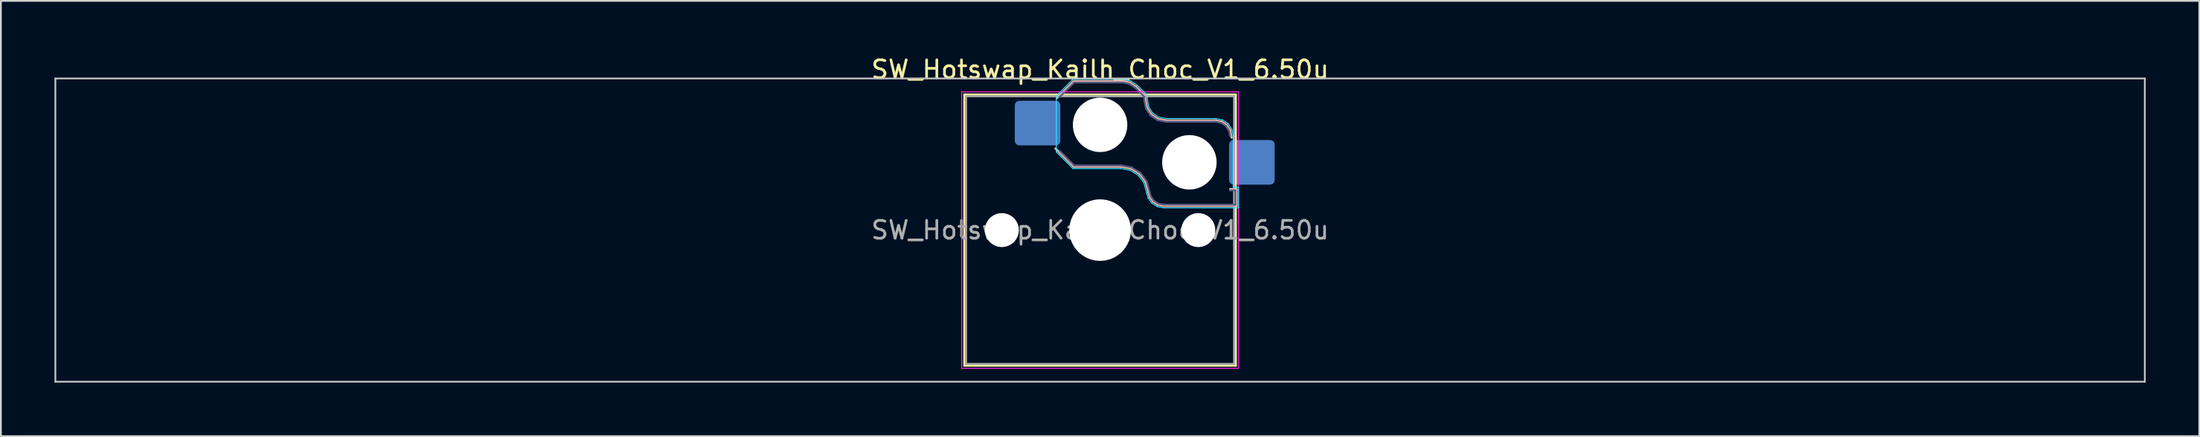
<source format=kicad_pcb>
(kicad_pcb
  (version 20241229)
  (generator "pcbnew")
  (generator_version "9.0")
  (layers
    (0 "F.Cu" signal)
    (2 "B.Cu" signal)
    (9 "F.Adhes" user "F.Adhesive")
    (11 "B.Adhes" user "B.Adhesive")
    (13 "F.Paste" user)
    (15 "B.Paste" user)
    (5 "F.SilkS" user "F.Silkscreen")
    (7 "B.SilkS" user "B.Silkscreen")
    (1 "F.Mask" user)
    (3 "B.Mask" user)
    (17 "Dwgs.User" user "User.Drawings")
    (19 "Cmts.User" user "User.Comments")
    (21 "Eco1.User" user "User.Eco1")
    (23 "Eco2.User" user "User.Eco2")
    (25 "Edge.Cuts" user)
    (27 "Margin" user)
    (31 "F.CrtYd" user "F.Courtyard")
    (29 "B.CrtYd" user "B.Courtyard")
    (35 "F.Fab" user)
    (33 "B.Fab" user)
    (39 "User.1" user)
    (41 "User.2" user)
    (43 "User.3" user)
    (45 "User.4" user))
  (footprint "SW_Hotswap_Kailh_Choc_V1_6.50u"
    (layer "F.Cu")
    (at 58.55 9.848)
    (property "Reference" "SW_Hotswap_Kailh_Choc_V1_6.50u" (at 0 -9 0) (layer "F.SilkS") (effects (font (size 1 1) (thickness 0.15))))
    (attr smd)
    (fp_line (start -7.6 -7.6) (end -7.6 7.6) (stroke (width 0.12) (type solid)) (layer "F.SilkS"))
    (fp_line (start -7.6 7.6) (end 7.6 7.6) (stroke (width 0.12) (type solid)) (layer "F.SilkS"))
    (fp_line (start 7.6 -7.6) (end -7.6 -7.6) (stroke (width 0.12) (type solid)) (layer "F.SilkS"))
    (fp_line (start 7.6 7.6) (end 7.6 -7.6) (stroke (width 0.12) (type solid)) (layer "F.SilkS"))
    (fp_line (start -2.416 -7.409) (end -1.479 -8.346) (stroke (width 0.12) (type solid)) (layer "B.SilkS"))
    (fp_line (start -1.479 -8.346) (end 1.268 -8.346) (stroke (width 0.12) (type solid)) (layer "B.SilkS"))
    (fp_line (start -1.479 -3.554) (end -2.5 -4.575) (stroke (width 0.12) (type solid)) (layer "B.SilkS"))
    (fp_line (start 1.168 -3.554) (end -1.479 -3.554) (stroke (width 0.12) (type solid)) (layer "B.SilkS"))
    (fp_line (start 1.268 -8.346) (end 1.671 -8.266) (stroke (width 0.12) (type solid)) (layer "B.SilkS"))
    (fp_line (start 1.671 -8.266) (end 2.013 -8.037) (stroke (width 0.12) (type solid)) (layer "B.SilkS"))
    (fp_line (start 1.73 -3.449) (end 1.168 -3.554) (stroke (width 0.12) (type solid)) (layer "B.SilkS"))
    (fp_line (start 2.013 -8.037) (end 2.546 -7.504) (stroke (width 0.12) (type solid)) (layer "B.SilkS"))
    (fp_line (start 2.209 -3.15) (end 1.73 -3.449) (stroke (width 0.12) (type solid)) (layer "B.SilkS"))
    (fp_line (start 2.546 -7.504) (end 2.546 -7.282) (stroke (width 0.12) (type solid)) (layer "B.SilkS"))
    (fp_line (start 2.546 -7.282) (end 2.633 -6.844) (stroke (width 0.12) (type solid)) (layer "B.SilkS"))
    (fp_line (start 2.547 -2.697) (end 2.209 -3.15) (stroke (width 0.12) (type solid)) (layer "B.SilkS"))
    (fp_line (start 2.633 -6.844) (end 2.877 -6.477) (stroke (width 0.12) (type solid)) (layer "B.SilkS"))
    (fp_line (start 2.701 -2.139) (end 2.547 -2.697) (stroke (width 0.12) (type solid)) (layer "B.SilkS"))
    (fp_line (start 2.783 -1.841) (end 2.701 -2.139) (stroke (width 0.12) (type solid)) (layer "B.SilkS"))
    (fp_line (start 2.877 -6.477) (end 3.244 -6.233) (stroke (width 0.12) (type solid)) (layer "B.SilkS"))
    (fp_line (start 2.976 -1.583) (end 2.783 -1.841) (stroke (width 0.12) (type solid)) (layer "B.SilkS"))
    (fp_line (start 3.244 -6.233) (end 3.682 -6.146) (stroke (width 0.12) (type solid)) (layer "B.SilkS"))
    (fp_line (start 3.25 -1.413) (end 2.976 -1.583) (stroke (width 0.12) (type solid)) (layer "B.SilkS"))
    (fp_line (start 3.56 -1.354) (end 3.25 -1.413) (stroke (width 0.12) (type solid)) (layer "B.SilkS"))
    (fp_line (start 3.682 -6.146) (end 6.482 -6.146) (stroke (width 0.12) (type solid)) (layer "B.SilkS"))
    (fp_line (start 6.482 -6.146) (end 6.809 -6.081) (stroke (width 0.12) (type solid)) (layer "B.SilkS"))
    (fp_line (start 6.809 -6.081) (end 7.092 -5.892) (stroke (width 0.12) (type solid)) (layer "B.SilkS"))
    (fp_line (start 7.092 -5.892) (end 7.281 -5.609) (stroke (width 0.12) (type solid)) (layer "B.SilkS"))
    (fp_line (start 7.281 -5.609) (end 7.366 -5.182) (stroke (width 0.12) (type solid)) (layer "B.SilkS"))
    (fp_line (start 7.283 -2.296) (end 7.646 -2.296) (stroke (width 0.12) (type solid)) (layer "B.SilkS"))
    (fp_line (start 7.646 -2.296) (end 7.646 -1.354) (stroke (width 0.12) (type solid)) (layer "B.SilkS"))
    (fp_line (start 7.646 -1.354) (end 3.56 -1.354) (stroke (width 0.12) (type solid)) (layer "B.SilkS"))
    (fp_line (start -58.5 -8.5) (end -58.5 8.5) (stroke (width 0.1) (type solid)) (layer "Dwgs.User"))
    (fp_line (start -58.5 8.5) (end 58.5 8.5) (stroke (width 0.1) (type solid)) (layer "Dwgs.User"))
    (fp_line (start 58.5 -8.5) (end -58.5 -8.5) (stroke (width 0.1) (type solid)) (layer "Dwgs.User"))
    (fp_line (start 58.5 8.5) (end 58.5 -8.5) (stroke (width 0.1) (type solid)) (layer "Dwgs.User"))
    (fp_line (start -7.25 -7.25) (end -7.25 7.25) (stroke (width 0.1) (type solid)) (layer "Eco1.User"))
    (fp_line (start -7.25 7.25) (end 7.25 7.25) (stroke (width 0.1) (type solid)) (layer "Eco1.User"))
    (fp_line (start 7.25 -7.25) (end -7.25 -7.25) (stroke (width 0.1) (type solid)) (layer "Eco1.User"))
    (fp_line (start 7.25 7.25) (end 7.25 -7.25) (stroke (width 0.1) (type solid)) (layer "Eco1.User"))
    (fp_line (start -2.452 -7.523) (end -1.523 -8.452) (stroke (width 0.05) (type solid)) (layer "B.CrtYd"))
    (fp_line (start -2.452 -4.377) (end -2.452 -7.523) (stroke (width 0.05) (type solid)) (layer "B.CrtYd"))
    (fp_line (start -1.523 -8.452) (end 1.278 -8.452) (stroke (width 0.05) (type solid)) (layer "B.CrtYd"))
    (fp_line (start -1.523 -3.448) (end -2.452 -4.377) (stroke (width 0.05) (type solid)) (layer "B.CrtYd"))
    (fp_line (start 1.159 -3.448) (end -1.523 -3.448) (stroke (width 0.05) (type solid)) (layer "B.CrtYd"))
    (fp_line (start 1.278 -8.452) (end 1.712 -8.366) (stroke (width 0.05) (type solid)) (layer "B.CrtYd"))
    (fp_line (start 1.691 -3.348) (end 1.159 -3.448) (stroke (width 0.05) (type solid)) (layer "B.CrtYd"))
    (fp_line (start 1.712 -8.366) (end 2.081 -8.119) (stroke (width 0.05) (type solid)) (layer "B.CrtYd"))
    (fp_line (start 2.081 -8.119) (end 2.652 -7.548) (stroke (width 0.05) (type solid)) (layer "B.CrtYd"))
    (fp_line (start 2.136 -3.071) (end 1.691 -3.348) (stroke (width 0.05) (type solid)) (layer "B.CrtYd"))
    (fp_line (start 2.45 -2.65) (end 2.136 -3.071) (stroke (width 0.05) (type solid)) (layer "B.CrtYd"))
    (fp_line (start 2.599 -2.111) (end 2.45 -2.65) (stroke (width 0.05) (type solid)) (layer "B.CrtYd"))
    (fp_line (start 2.652 -7.548) (end 2.652 -7.292) (stroke (width 0.05) (type solid)) (layer "B.CrtYd"))
    (fp_line (start 2.652 -7.292) (end 2.733 -6.885) (stroke (width 0.05) (type solid)) (layer "B.CrtYd"))
    (fp_line (start 2.687 -1.794) (end 2.599 -2.111) (stroke (width 0.05) (type solid)) (layer "B.CrtYd"))
    (fp_line (start 2.733 -6.885) (end 2.953 -6.553) (stroke (width 0.05) (type solid)) (layer "B.CrtYd"))
    (fp_line (start 2.903 -1.503) (end 2.687 -1.794) (stroke (width 0.05) (type solid)) (layer "B.CrtYd"))
    (fp_line (start 2.953 -6.553) (end 3.285 -6.333) (stroke (width 0.05) (type solid)) (layer "B.CrtYd"))
    (fp_line (start 3.211 -1.312) (end 2.903 -1.503) (stroke (width 0.05) (type solid)) (layer "B.CrtYd"))
    (fp_line (start 3.285 -6.333) (end 3.692 -6.252) (stroke (width 0.05) (type solid)) (layer "B.CrtYd"))
    (fp_line (start 3.55 -1.248) (end 3.211 -1.312) (stroke (width 0.05) (type solid)) (layer "B.CrtYd"))
    (fp_line (start 3.692 -6.252) (end 6.492 -6.252) (stroke (width 0.05) (type solid)) (layer "B.CrtYd"))
    (fp_line (start 6.492 -6.252) (end 6.85 -6.181) (stroke (width 0.05) (type solid)) (layer "B.CrtYd"))
    (fp_line (start 6.85 -6.181) (end 7.168 -5.968) (stroke (width 0.05) (type solid)) (layer "B.CrtYd"))
    (fp_line (start 7.168 -5.968) (end 7.381 -5.65) (stroke (width 0.05) (type solid)) (layer "B.CrtYd"))
    (fp_line (start 7.381 -5.65) (end 7.452 -5.292) (stroke (width 0.05) (type solid)) (layer "B.CrtYd"))
    (fp_line (start 7.452 -5.292) (end 7.452 -2.402) (stroke (width 0.05) (type solid)) (layer "B.CrtYd"))
    (fp_line (start 7.452 -2.402) (end 7.752 -2.402) (stroke (width 0.05) (type solid)) (layer "B.CrtYd"))
    (fp_line (start 7.752 -2.402) (end 7.752 -1.248) (stroke (width 0.05) (type solid)) (layer "B.CrtYd"))
    (fp_line (start 7.752 -1.248) (end 3.55 -1.248) (stroke (width 0.05) (type solid)) (layer "B.CrtYd"))
    (fp_line (start -7.75 -7.75) (end -7.75 7.75) (stroke (width 0.05) (type solid)) (layer "F.CrtYd"))
    (fp_line (start -7.75 7.75) (end 7.75 7.75) (stroke (width 0.05) (type solid)) (layer "F.CrtYd"))
    (fp_line (start 7.75 -7.75) (end -7.75 -7.75) (stroke (width 0.05) (type solid)) (layer "F.CrtYd"))
    (fp_line (start 7.75 7.75) (end 7.75 -7.75) (stroke (width 0.05) (type solid)) (layer "F.CrtYd"))
    (fp_line (start -2.275 -7.45) (end -1.45 -8.275) (stroke (width 0.1) (type solid)) (layer "B.Fab"))
    (fp_line (start -1.45 -8.275) (end 1.261 -8.275) (stroke (width 0.1) (type solid)) (layer "B.Fab"))
    (fp_line (start -1.45 -3.625) (end -2.275 -4.45) (stroke (width 0.1) (type solid)) (layer "B.Fab"))
    (fp_line (start 1.175 -3.625) (end -1.45 -3.625) (stroke (width 0.1) (type solid)) (layer "B.Fab"))
    (fp_line (start 1.261 -8.275) (end 1.643 -8.199) (stroke (width 0.1) (type solid)) (layer "B.Fab"))
    (fp_line (start 1.643 -8.199) (end 1.968 -7.982) (stroke (width 0.1) (type solid)) (layer "B.Fab"))
    (fp_line (start 1.756 -3.516) (end 1.175 -3.625) (stroke (width 0.1) (type solid)) (layer "B.Fab"))
    (fp_line (start 1.968 -7.982) (end 2.475 -7.475) (stroke (width 0.1) (type solid)) (layer "B.Fab"))
    (fp_line (start 2.258 -3.203) (end 1.756 -3.516) (stroke (width 0.1) (type solid)) (layer "B.Fab"))
    (fp_line (start 2.475 -7.475) (end 2.475 -7.275) (stroke (width 0.1) (type solid)) (layer "B.Fab"))
    (fp_line (start 2.475 -7.275) (end 2.566 -6.816) (stroke (width 0.1) (type solid)) (layer "B.Fab"))
    (fp_line (start 2.566 -6.816) (end 2.826 -6.426) (stroke (width 0.1) (type solid)) (layer "B.Fab"))
    (fp_line (start 2.612 -2.729) (end 2.258 -3.203) (stroke (width 0.1) (type solid)) (layer "B.Fab"))
    (fp_line (start 2.769 -2.158) (end 2.612 -2.729) (stroke (width 0.1) (type solid)) (layer "B.Fab"))
    (fp_line (start 2.826 -6.426) (end 3.216 -6.166) (stroke (width 0.1) (type solid)) (layer "B.Fab"))
    (fp_line (start 2.848 -1.873) (end 2.769 -2.158) (stroke (width 0.1) (type solid)) (layer "B.Fab"))
    (fp_line (start 3.025 -1.636) (end 2.848 -1.873) (stroke (width 0.1) (type solid)) (layer "B.Fab"))
    (fp_line (start 3.216 -6.166) (end 3.675 -6.075) (stroke (width 0.1) (type solid)) (layer "B.Fab"))
    (fp_line (start 3.276 -1.48) (end 3.025 -1.636) (stroke (width 0.1) (type solid)) (layer "B.Fab"))
    (fp_line (start 3.567 -1.425) (end 3.276 -1.48) (stroke (width 0.1) (type solid)) (layer "B.Fab"))
    (fp_line (start 3.675 -6.075) (end 6.475 -6.075) (stroke (width 0.1) (type solid)) (layer "B.Fab"))
    (fp_line (start 6.475 -6.075) (end 6.781 -6.014) (stroke (width 0.1) (type solid)) (layer "B.Fab"))
    (fp_line (start 6.781 -6.014) (end 7.041 -5.841) (stroke (width 0.1) (type solid)) (layer "B.Fab"))
    (fp_line (start 7.041 -5.841) (end 7.214 -5.581) (stroke (width 0.1) (type solid)) (layer "B.Fab"))
    (fp_line (start 7.214 -5.581) (end 7.275 -5.275) (stroke (width 0.1) (type solid)) (layer "B.Fab"))
    (fp_line (start 7.275 -2.225) (end 7.575 -2.225) (stroke (width 0.1) (type solid)) (layer "B.Fab"))
    (fp_line (start 7.575 -2.225) (end 7.575 -1.425) (stroke (width 0.1) (type solid)) (layer "B.Fab"))
    (fp_line (start 7.575 -1.425) (end 3.567 -1.425) (stroke (width 0.1) (type solid)) (layer "B.Fab"))
    (fp_line (start -7.5 -7.5) (end -7.5 7.5) (stroke (width 0.1) (type solid)) (layer "F.Fab"))
    (fp_line (start -7.5 7.5) (end 7.5 7.5) (stroke (width 0.1) (type solid)) (layer "F.Fab"))
    (fp_line (start 7.5 -7.5) (end -7.5 -7.5) (stroke (width 0.1) (type solid)) (layer "F.Fab"))
    (fp_line (start 7.5 7.5) (end 7.5 -7.5) (stroke (width 0.1) (type solid)) (layer "F.Fab"))
    (fp_text user "${REFERENCE}" (at 0 0 0) (layer "F.Fab") (effects (font (size 1 1) (thickness 0.15))))
    (pad "" np_thru_hole circle (at -5.5 0) (size 1.9 1.9) (drill 1.9) (layers "*.Cu" "*.Mask"))
    (pad "" np_thru_hole circle (at 0 -5.9) (size 3.05 3.05) (drill 3.05) (layers "*.Cu" "*.Mask"))
    (pad "" np_thru_hole circle (at 0 0) (size 3.45 3.45) (drill 3.45) (layers "*.Cu" "*.Mask"))
    (pad "" np_thru_hole circle (at 5 -3.8) (size 3.05 3.05) (drill 3.05) (layers "*.Cu" "*.Mask"))
    (pad "" np_thru_hole circle (at 5.5 0) (size 1.9 1.9) (drill 1.9) (layers "*.Cu" "*.Mask"))
    (pad "1" smd roundrect (at -3.5 -6) (size 2.55 2.5) (layers "B.Cu" "B.Mask" "B.Paste") (roundrect_rratio 0.1))
    (pad "2" smd roundrect (at 8.5 -3.8) (size 2.55 2.5) (layers "B.Cu" "B.Mask" "B.Paste") (roundrect_rratio 0.1)))
  (gr_rect
    (start -3 -3)
    (end 120.1 21.398)
    (stroke (width 0.1) (type default))
    (fill no)
    (layer "Edge.Cuts")))
</source>
